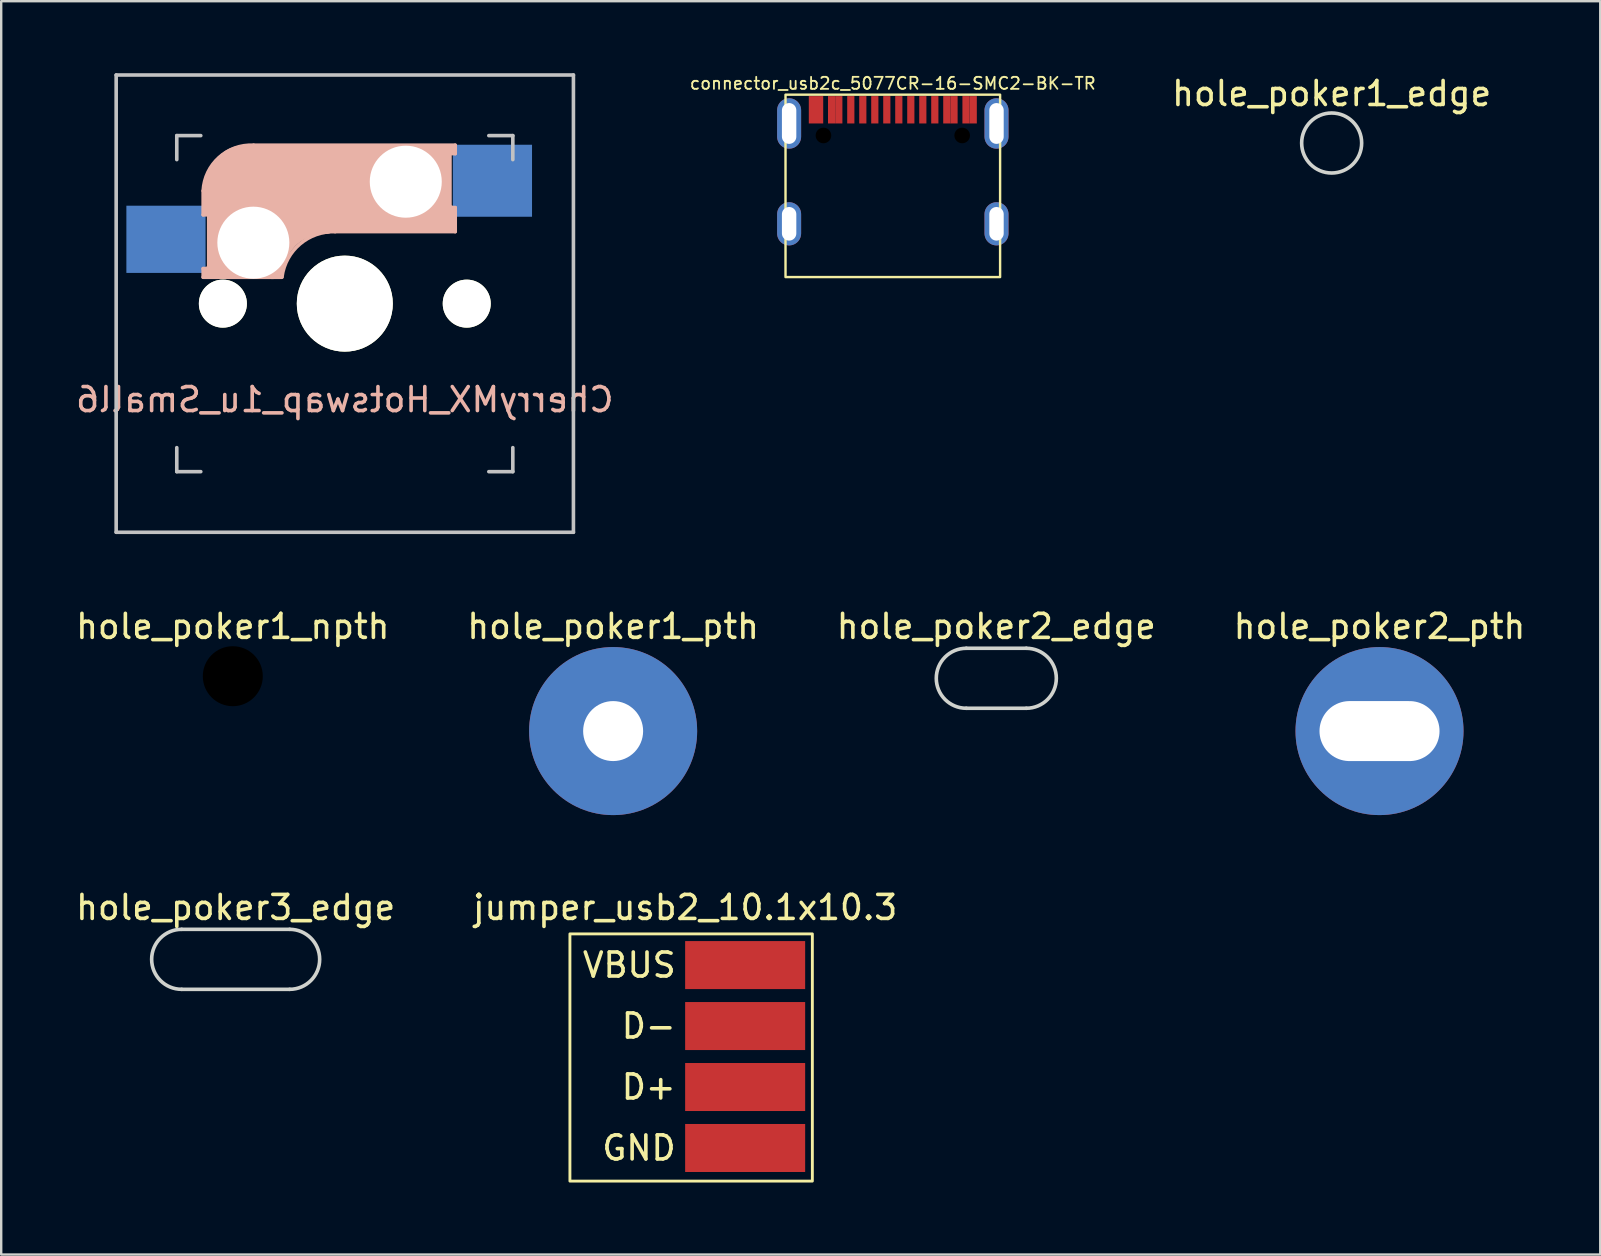
<source format=kicad_pcb>
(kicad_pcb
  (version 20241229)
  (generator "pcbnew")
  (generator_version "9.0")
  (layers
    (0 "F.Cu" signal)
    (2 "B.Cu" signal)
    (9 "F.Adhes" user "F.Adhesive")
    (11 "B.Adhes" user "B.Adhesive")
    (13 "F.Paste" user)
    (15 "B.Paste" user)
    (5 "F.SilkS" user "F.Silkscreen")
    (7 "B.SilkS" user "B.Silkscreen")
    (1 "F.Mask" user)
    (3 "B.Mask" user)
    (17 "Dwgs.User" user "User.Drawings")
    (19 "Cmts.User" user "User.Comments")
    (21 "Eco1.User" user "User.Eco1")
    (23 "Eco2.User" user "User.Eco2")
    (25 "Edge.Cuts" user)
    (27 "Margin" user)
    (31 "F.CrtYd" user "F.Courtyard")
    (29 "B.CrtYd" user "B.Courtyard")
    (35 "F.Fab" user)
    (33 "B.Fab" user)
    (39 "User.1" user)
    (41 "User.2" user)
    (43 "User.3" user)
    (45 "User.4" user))
  (footprint "jumper_usb2_10.1x10.3"
    (layer "F.Cu")
    (at 25.494 40.957)
    (property "Reference" "jumper_usb2_10.1x10.3" (at 0 -6.2 0) (unlocked yes) (layer "F.SilkS") (effects (font (size 1 1) (thickness 0.15))))
    (attr smd)
    (fp_rect (start 5.3 -5.1) (end -4.8 5.2) (stroke (width 0.12) (type solid)) (fill no) (layer "F.SilkS"))
    (fp_text user "D-" (at -0.3 -1.26 0) (unlocked yes) (layer "F.SilkS") (effects (font (size 1 1) (thickness 0.15)) (justify right)))
    (fp_text user "GND" (at -0.3 3.82 0) (unlocked yes) (layer "F.SilkS") (effects (font (size 1 1) (thickness 0.15)) (justify right)))
    (fp_text user "VBUS" (at -0.3 -3.8 0) (unlocked yes) (layer "F.SilkS") (effects (font (size 1 1) (thickness 0.15)) (justify right)))
    (fp_text user "D+" (at -0.3 1.28 0) (unlocked yes) (layer "F.SilkS") (effects (font (size 1 1) (thickness 0.15)) (justify right)))
    (pad "1" smd rect (at 2.5 -3.8) (size 5 2) (layers "F.Cu" "F.Mask" "F.Paste"))
    (pad "2" smd rect (at 2.5 -1.26) (size 5 2) (layers "F.Cu" "F.Mask" "F.Paste"))
    (pad "3" smd rect (at 2.5 1.28) (size 5 2) (layers "F.Cu" "F.Mask" "F.Paste"))
    (pad "4" smd rect (at 2.5 3.82) (size 5 2) (layers "F.Cu" "F.Mask" "F.Paste")))
  (footprint "hole_poker2_pth"
    (layer "F.Cu")
    (at 54.423 27.408)
    (property "Reference" "hole_poker2_pth" (at 0 -4.36 0) (unlocked yes) (layer "F.SilkS") (effects (font (size 1 1) (thickness 0.15))))
    (attr exclude_from_pos_files exclude_from_bom)
    (pad "1" thru_hole circle (at 0 0) (size 7 7) (drill oval 5.001 2.499) (layers "*.Cu" "*.Mask")))
  (footprint "hole_poker1_pth"
    (layer "F.Cu")
    (at 22.494 27.408)
    (property "Reference" "hole_poker1_pth" (at 0 -4.36 0) (unlocked yes) (layer "F.SilkS") (effects (font (size 1 1) (thickness 0.15))))
    (attr exclude_from_pos_files exclude_from_bom)
    (pad "1" thru_hole circle (at 0 0) (size 7.001 7.001) (drill 2.499) (layers "*.Cu" "*.Mask")))
  (footprint "hole_poker1_npth"
    (layer "F.Cu")
    (at 6.649 25.122)
    (property "Reference" "hole_poker1_npth" (at 0 -2.074 0) (unlocked yes) (layer "F.SilkS") (effects (font (size 1 1) (thickness 0.15))))
    (attr board_only exclude_from_pos_files exclude_from_bom)
    (pad "" np_thru_hole circle (at 0 0) (size 2.499 2.499) (drill 2.499) (layers "*.Mask")))
  (footprint "hole_poker3_edge"
    (layer "F.Cu")
    (at 6.768 36.917)
    (property "Reference" "hole_poker3_edge" (at 0 -2.16 0) (unlocked yes) (layer "F.SilkS") (effects (font (size 1 1) (thickness 0.15))))
    (attr board_only exclude_from_pos_files exclude_from_bom)
    (fp_line (start -2.25 -1.25) (end 2.25 -1.25) (stroke (width 0.15) (type solid)) (layer "Edge.Cuts"))
    (fp_line (start -2.25 1.25) (end 2.25 1.25) (stroke (width 0.15) (type solid)) (layer "Edge.Cuts"))
    (fp_arc (start -2.25044 1.24968) (mid -3.50012 0) (end -2.25044 -1.24968) (stroke (width 0.15) (type solid)) (layer "Edge.Cuts"))
    (fp_arc (start 2.25044 -1.24968) (mid 3.50012 0) (end 2.25044 1.24968) (stroke (width 0.15) (type solid)) (layer "Edge.Cuts")))
  (footprint "hole_poker2_edge"
    (layer "F.Cu")
    (at 38.458 25.208)
    (property "Reference" "hole_poker2_edge" (at 0 -2.16 0) (unlocked yes) (layer "F.SilkS") (effects (font (size 1 1) (thickness 0.15))))
    (attr board_only exclude_from_pos_files exclude_from_bom)
    (fp_line (start -1.251 -1.25) (end 1.251 -1.25) (stroke (width 0.15) (type solid)) (layer "Edge.Cuts"))
    (fp_line (start -1.251 1.25) (end 1.251 1.25) (stroke (width 0.15) (type solid)) (layer "Edge.Cuts"))
    (fp_arc (start -1.25095 1.24968) (mid -2.50063 0) (end -1.25095 -1.24968) (stroke (width 0.15) (type solid)) (layer "Edge.Cuts"))
    (fp_arc (start 1.25095 -1.24968) (mid 2.50063 0) (end 1.25095 1.24968) (stroke (width 0.15) (type solid)) (layer "Edge.Cuts")))
  (footprint "hole_poker1_edge"
    (layer "F.Cu")
    (at 52.429 2.908)
    (property "Reference" "hole_poker1_edge" (at 0 -2.06 0) (unlocked yes) (layer "F.SilkS") (effects (font (size 1 1) (thickness 0.15))))
    (attr board_only exclude_from_pos_files exclude_from_bom)
    (fp_circle (center 0 0) (end 1.25 0) (stroke (width 0.15) (type solid)) (fill no) (layer "Edge.Cuts")))
  (footprint "connector_usb2c_5077CR-16-SMC2-BK-TR"
    (layer "F.Cu")
    (at 34.146 2.094)
    (property "Reference" "connector_usb2c_5077CR-16-SMC2-BK-TR" (at 0 -1.67 0) (unlocked yes) (layer "F.SilkS") (effects (font (size 0.5 0.5) (thickness 0.075))))
    (fp_rect (start -4.47 -1.2) (end 4.47 6.4) (stroke (width 0.1) (type solid)) (fill no) (layer "F.SilkS"))
    (pad "" np_thru_hole circle (at -2.89 0.5) (size 0.65 0.65) (drill 0.65) (layers "*.Mask"))
    (pad "" np_thru_hole circle (at 2.89 0.5) (size 0.65 0.65) (drill 0.65) (layers "*.Mask"))
    (pad "A1" smd rect (at -3.35 -0.57) (size 0.3 1.14) (layers "F.Cu" "F.Mask" "F.Paste"))
    (pad "A4" smd rect (at -2.55 -0.57) (size 0.3 1.14) (layers "F.Cu" "F.Mask" "F.Paste"))
    (pad "A5" smd rect (at -1.25 -0.57) (size 0.3 1.14) (layers "F.Cu" "F.Mask" "F.Paste"))
    (pad "A6" smd rect (at -0.25 -0.57) (size 0.3 1.14) (layers "F.Cu" "F.Mask" "F.Paste"))
    (pad "A7" smd rect (at 0.25 -0.57) (size 0.3 1.14) (layers "F.Cu" "F.Mask" "F.Paste"))
    (pad "A8" smd rect (at 1.25 -0.57) (size 0.3 1.14) (layers "F.Cu" "F.Mask" "F.Paste"))
    (pad "A9" smd rect (at 2.55 -0.57) (size 0.3 1.14) (layers "F.Cu" "F.Mask" "F.Paste"))
    (pad "A12" smd rect (at 3.35 -0.57) (size 0.3 1.14) (layers "F.Cu" "F.Mask" "F.Paste"))
    (pad "B1" smd rect (at 3.05 -0.57) (size 0.3 1.14) (layers "F.Cu" "F.Mask" "F.Paste"))
    (pad "B4" smd rect (at 2.25 -0.57) (size 0.3 1.14) (layers "F.Cu" "F.Mask" "F.Paste"))
    (pad "B5" smd rect (at 1.75 -0.57) (size 0.3 1.14) (layers "F.Cu" "F.Mask" "F.Paste"))
    (pad "B6" smd rect (at 0.75 -0.57) (size 0.3 1.14) (layers "F.Cu" "F.Mask" "F.Paste"))
    (pad "B7" smd rect (at -0.75 -0.57) (size 0.3 1.14) (layers "F.Cu" "F.Mask" "F.Paste"))
    (pad "B8" smd rect (at -1.75 -0.57) (size 0.3 1.14) (layers "F.Cu" "F.Mask" "F.Paste"))
    (pad "B9" smd rect (at -2.25 -0.57) (size 0.3 1.14) (layers "F.Cu" "F.Mask" "F.Paste"))
    (pad "B12" smd rect (at -3.05 -0.57) (size 0.3 1.14) (layers "F.Cu" "F.Mask" "F.Paste"))
    (pad "S1" thru_hole oval (at -4.32 0) (size 1 2.1) (drill oval 0.6 1.7) (layers "*.Cu" "*.Mask"))
    (pad "S1" thru_hole oval (at -4.32 4.18) (size 1 1.8) (drill oval 0.6 1.4) (layers "*.Cu" "*.Mask"))
    (pad "S1" thru_hole oval (at 4.32 0) (size 1 2.1) (drill oval 0.6 1.7) (layers "*.Cu" "*.Mask"))
    (pad "S1" thru_hole oval (at 4.32 4.18) (size 1 1.8) (drill oval 0.6 1.4) (layers "*.Cu" "*.Mask")))
  (footprint "CherryMX_Hotswap_1u_Small6"
    (layer "F.Cu")
    (at 11.315 9.6)
    (property "Reference" "CherryMX_Hotswap_1u_Small6" (at 0 4 0) (layer "B.SilkS") (effects (font (size 1 1) (thickness 0.15)) (justify mirror)))
    (attr smd)
    (fp_line (start -5.9 -4.7) (end -5.9 -3.7) (stroke (width 0.15) (type solid)) (layer "B.SilkS"))
    (fp_line (start -5.9 -3.7) (end -5.7 -3.7) (stroke (width 0.15) (type solid)) (layer "B.SilkS"))
    (fp_line (start -5.9 -1.1) (end -5.9 -1.46) (stroke (width 0.15) (type solid)) (layer "B.SilkS"))
    (fp_line (start -5.9 -1.1) (end -2.62 -1.1) (stroke (width 0.15) (type solid)) (layer "B.SilkS"))
    (fp_line (start -5.8 -3.8) (end -5.8 -4.7) (stroke (width 0.3) (type solid)) (layer "B.SilkS"))
    (fp_line (start -5.7 -1.46) (end -5.9 -1.46) (stroke (width 0.15) (type solid)) (layer "B.SilkS"))
    (fp_line (start -5.7 -1.3) (end -3 -1.3) (stroke (width 0.5) (type solid)) (layer "B.SilkS"))
    (fp_line (start -5.67 -3.7) (end -5.67 -1.46) (stroke (width 0.15) (type solid)) (layer "B.SilkS"))
    (fp_line (start -5.3 -1.6) (end -5.3 -3.4) (stroke (width 0.8) (type solid)) (layer "B.SilkS"))
    (fp_line (start -4.17 -5.1) (end -4.17 -2.86) (stroke (width 3) (type solid)) (layer "B.SilkS"))
    (fp_line (start -0.4 -3) (end 4.6 -3) (stroke (width 0.15) (type solid)) (layer "B.SilkS"))
    (fp_line (start 2.6 -4.8) (end -4.1 -4.8) (stroke (width 3.5) (type solid)) (layer "B.SilkS"))
    (fp_line (start 3.9 -6) (end 3.9 -3.5) (stroke (width 1) (type solid)) (layer "B.SilkS"))
    (fp_line (start 4.3 -3.3) (end 2.9 -3.3) (stroke (width 0.5) (type solid)) (layer "B.SilkS"))
    (fp_line (start 4.38 -4) (end 4.38 -6.25) (stroke (width 0.15) (type solid)) (layer "B.SilkS"))
    (fp_line (start 4.4 -6.4) (end 3 -6.4) (stroke (width 0.4) (type solid)) (layer "B.SilkS"))
    (fp_line (start 4.4 -6.25) (end 4.6 -6.25) (stroke (width 0.15) (type solid)) (layer "B.SilkS"))
    (fp_line (start 4.4 -3.9) (end 4.4 -3.2) (stroke (width 0.4) (type solid)) (layer "B.SilkS"))
    (fp_line (start 4.6 -6.6) (end -3.8 -6.6) (stroke (width 0.15) (type solid)) (layer "B.SilkS"))
    (fp_line (start 4.6 -6.25) (end 4.6 -6.6) (stroke (width 0.15) (type solid)) (layer "B.SilkS"))
    (fp_line (start 4.6 -4) (end 4.4 -4) (stroke (width 0.15) (type solid)) (layer "B.SilkS"))
    (fp_line (start 4.6 -3) (end 4.6 -4) (stroke (width 0.15) (type solid)) (layer "B.SilkS"))
    (fp_arc (start -5.9 -4.699999) (mid -5.243504 -6.084924) (end -3.800001 -6.6) (stroke (width 0.15) (type solid)) (layer "B.SilkS"))
    (fp_arc (start -3.016318 -1.521471) (mid -2.268709 -2.886118) (end -0.8 -3.4) (stroke (width 1) (type solid)) (layer "B.SilkS"))
    (fp_arc (start -2.616318 -1.121471) (mid -1.868709 -2.486118) (end -0.4 -3) (stroke (width 0.15) (type solid)) (layer "B.SilkS"))
    (fp_line (start -9.525 -9.525) (end 9.525 -9.525) (stroke (width 0.15) (type solid)) (layer "Dwgs.User"))
    (fp_line (start -9.525 9.525) (end -9.525 -9.525) (stroke (width 0.15) (type solid)) (layer "Dwgs.User"))
    (fp_line (start -7 -7) (end -6 -7) (stroke (width 0.15) (type solid)) (layer "Dwgs.User"))
    (fp_line (start -7 -6) (end -7 -7) (stroke (width 0.15) (type solid)) (layer "Dwgs.User"))
    (fp_line (start -7 6) (end -7 7) (stroke (width 0.15) (type solid)) (layer "Dwgs.User"))
    (fp_line (start -7 7) (end -6 7) (stroke (width 0.15) (type solid)) (layer "Dwgs.User"))
    (fp_line (start 6 7) (end 7 7) (stroke (width 0.15) (type solid)) (layer "Dwgs.User"))
    (fp_line (start 7 -7) (end 6 -7) (stroke (width 0.15) (type solid)) (layer "Dwgs.User"))
    (fp_line (start 7 -7) (end 7 -6) (stroke (width 0.15) (type solid)) (layer "Dwgs.User"))
    (fp_line (start 7 7) (end 7 6) (stroke (width 0.15) (type solid)) (layer "Dwgs.User"))
    (fp_line (start 9.525 -9.525) (end 9.525 9.525) (stroke (width 0.15) (type solid)) (layer "Dwgs.User"))
    (fp_line (start 9.525 9.525) (end -9.525 9.525) (stroke (width 0.15) (type solid)) (layer "Dwgs.User"))
    (pad "" np_thru_hole circle (at -5.08 0) (size 2 2) (drill 2) (layers "*.Cu" "*.Mask" "F.SilkS"))
    (pad "" np_thru_hole circle (at -3.81 -2.54 180) (size 3 3) (drill 3) (layers "*.Cu" "*.Mask"))
    (pad "" np_thru_hole circle (at 0 0 90) (size 4 4) (drill 4) (layers "*.Cu" "*.Mask" "F.SilkS"))
    (pad "" np_thru_hole circle (at 2.54 -5.08 180) (size 3 3) (drill 3) (layers "*.Cu" "*.Mask"))
    (pad "" np_thru_hole circle (at 5.08 0) (size 2 2) (drill 2) (layers "*.Cu" "*.Mask" "F.SilkS"))
    (pad "1" smd rect (at -7 -2.68 180) (size 3.3 2.8) (drill (offset 0.45 0)) (layers "B.Cu" "B.Mask" "B.Paste"))
    (pad "2" smd rect (at 5.7 -5.12 180) (size 3.3 3) (drill (offset -0.45 0)) (layers "B.Cu" "B.Mask" "B.Paste")))
  (gr_rect
    (start -3 -3)
    (end 63.619 49.217)
    (stroke (width 0.1) (type default))
    (fill no)
    (layer "Edge.Cuts")))
</source>
